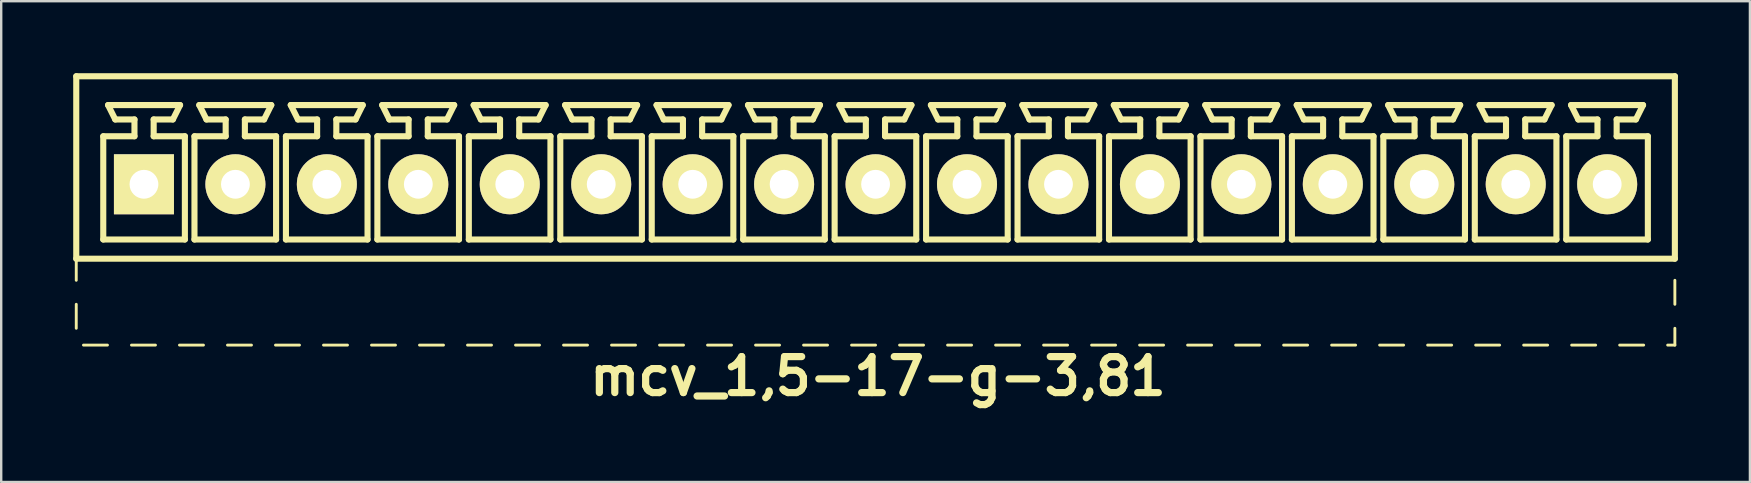
<source format=kicad_pcb>
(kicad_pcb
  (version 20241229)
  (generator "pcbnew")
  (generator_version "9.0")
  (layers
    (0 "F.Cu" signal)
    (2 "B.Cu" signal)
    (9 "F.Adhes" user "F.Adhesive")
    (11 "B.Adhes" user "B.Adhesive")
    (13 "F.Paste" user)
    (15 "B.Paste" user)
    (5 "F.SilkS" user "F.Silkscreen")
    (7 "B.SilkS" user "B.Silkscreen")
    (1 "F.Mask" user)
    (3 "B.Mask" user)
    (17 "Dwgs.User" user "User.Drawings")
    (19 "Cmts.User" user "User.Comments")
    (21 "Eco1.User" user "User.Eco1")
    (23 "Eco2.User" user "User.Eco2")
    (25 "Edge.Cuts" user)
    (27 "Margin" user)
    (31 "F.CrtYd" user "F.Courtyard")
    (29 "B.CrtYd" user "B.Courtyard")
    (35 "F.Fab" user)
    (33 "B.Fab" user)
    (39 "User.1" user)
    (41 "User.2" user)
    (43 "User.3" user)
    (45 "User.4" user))
  (footprint "mcv_1,5-17-g-3,81"
    (layer "F.Cu")
    (at 33.427 4.627)
    (property "Reference" "mcv_1,5-17-g-3,81" (at 0.1 8 0) (layer "F.SilkS") (effects (font (size 1.5 1.5) (thickness 0.3))))
    (attr through_hole)
    (fp_line (start -33.3 -4.5) (end -33.3 3.1) (stroke (width 0.254) (type solid)) (layer "F.SilkS"))
    (fp_line (start -33.3 -4.5) (end 33.3 -4.5) (stroke (width 0.254) (type solid)) (layer "F.SilkS"))
    (fp_line (start -33.3 3.1) (end -33.3 4) (stroke (width 0.12) (type solid)) (layer "F.SilkS"))
    (fp_line (start -33.3 3.1) (end 33.3 3.1) (stroke (width 0.254) (type solid)) (layer "F.SilkS"))
    (fp_line (start -33.3 5) (end -33.3 6) (stroke (width 0.12) (type solid)) (layer "F.SilkS"))
    (fp_line (start -33 6.7) (end -32 6.7) (stroke (width 0.12) (type solid)) (layer "F.SilkS"))
    (fp_line (start -32.175 -2) (end -30.875 -2) (stroke (width 0.254) (type solid)) (layer "F.SilkS"))
    (fp_line (start -32.175 2.3) (end -32.175 -2) (stroke (width 0.254) (type solid)) (layer "F.SilkS"))
    (fp_line (start -31.975 -3.3) (end -28.975 -3.3) (stroke (width 0.254) (type solid)) (layer "F.SilkS"))
    (fp_line (start -31.675 -2.7) (end -31.975 -3.3) (stroke (width 0.254) (type solid)) (layer "F.SilkS"))
    (fp_line (start -31 6.7) (end -30 6.7) (stroke (width 0.12) (type solid)) (layer "F.SilkS"))
    (fp_line (start -30.875 -2.7) (end -31.675 -2.7) (stroke (width 0.254) (type solid)) (layer "F.SilkS"))
    (fp_line (start -30.875 -2) (end -30.875 -2.7) (stroke (width 0.254) (type solid)) (layer "F.SilkS"))
    (fp_line (start -30.075 -2.7) (end -30.075 -2) (stroke (width 0.254) (type solid)) (layer "F.SilkS"))
    (fp_line (start -30.075 -2) (end -28.775 -2) (stroke (width 0.254) (type solid)) (layer "F.SilkS"))
    (fp_line (start -29.275 -2.7) (end -30.075 -2.7) (stroke (width 0.254) (type solid)) (layer "F.SilkS"))
    (fp_line (start -29.275 -2.7) (end -28.975 -3.3) (stroke (width 0.254) (type solid)) (layer "F.SilkS"))
    (fp_line (start -29 6.7) (end -28 6.7) (stroke (width 0.12) (type solid)) (layer "F.SilkS"))
    (fp_line (start -28.775 -2) (end -28.775 2.3) (stroke (width 0.254) (type solid)) (layer "F.SilkS"))
    (fp_line (start -28.775 2.3) (end -32.175 2.3) (stroke (width 0.254) (type solid)) (layer "F.SilkS"))
    (fp_line (start -28.375 -2) (end -27.075 -2) (stroke (width 0.254) (type solid)) (layer "F.SilkS"))
    (fp_line (start -28.375 2.3) (end -28.375 -2) (stroke (width 0.254) (type solid)) (layer "F.SilkS"))
    (fp_line (start -28.175 -3.3) (end -25.175 -3.3) (stroke (width 0.254) (type solid)) (layer "F.SilkS"))
    (fp_line (start -27.875 -2.7) (end -28.175 -3.3) (stroke (width 0.254) (type solid)) (layer "F.SilkS"))
    (fp_line (start -27.075 -2.7) (end -27.875 -2.7) (stroke (width 0.254) (type solid)) (layer "F.SilkS"))
    (fp_line (start -27.075 -2) (end -27.075 -2.7) (stroke (width 0.254) (type solid)) (layer "F.SilkS"))
    (fp_line (start -27 6.7) (end -26 6.7) (stroke (width 0.12) (type solid)) (layer "F.SilkS"))
    (fp_line (start -26.275 -2.7) (end -26.275 -2) (stroke (width 0.254) (type solid)) (layer "F.SilkS"))
    (fp_line (start -26.275 -2) (end -24.975 -2) (stroke (width 0.254) (type solid)) (layer "F.SilkS"))
    (fp_line (start -25.475 -2.7) (end -26.275 -2.7) (stroke (width 0.254) (type solid)) (layer "F.SilkS"))
    (fp_line (start -25.475 -2.7) (end -25.175 -3.3) (stroke (width 0.254) (type solid)) (layer "F.SilkS"))
    (fp_line (start -25 6.7) (end -24 6.7) (stroke (width 0.12) (type solid)) (layer "F.SilkS"))
    (fp_line (start -24.975 -2) (end -24.975 2.3) (stroke (width 0.254) (type solid)) (layer "F.SilkS"))
    (fp_line (start -24.975 2.3) (end -28.375 2.3) (stroke (width 0.254) (type solid)) (layer "F.SilkS"))
    (fp_line (start -24.565 -2) (end -23.265 -2) (stroke (width 0.254) (type solid)) (layer "F.SilkS"))
    (fp_line (start -24.565 2.3) (end -24.565 -2) (stroke (width 0.254) (type solid)) (layer "F.SilkS"))
    (fp_line (start -24.365 -3.3) (end -21.365 -3.3) (stroke (width 0.254) (type solid)) (layer "F.SilkS"))
    (fp_line (start -24.065 -2.7) (end -24.365 -3.3) (stroke (width 0.254) (type solid)) (layer "F.SilkS"))
    (fp_line (start -23.265 -2.7) (end -24.065 -2.7) (stroke (width 0.254) (type solid)) (layer "F.SilkS"))
    (fp_line (start -23.265 -2) (end -23.265 -2.7) (stroke (width 0.254) (type solid)) (layer "F.SilkS"))
    (fp_line (start -23 6.7) (end -22 6.7) (stroke (width 0.12) (type solid)) (layer "F.SilkS"))
    (fp_line (start -22.465 -2.7) (end -22.465 -2) (stroke (width 0.254) (type solid)) (layer "F.SilkS"))
    (fp_line (start -22.465 -2) (end -21.165 -2) (stroke (width 0.254) (type solid)) (layer "F.SilkS"))
    (fp_line (start -21.665 -2.7) (end -22.465 -2.7) (stroke (width 0.254) (type solid)) (layer "F.SilkS"))
    (fp_line (start -21.665 -2.7) (end -21.365 -3.3) (stroke (width 0.254) (type solid)) (layer "F.SilkS"))
    (fp_line (start -21.165 -2) (end -21.165 2.3) (stroke (width 0.254) (type solid)) (layer "F.SilkS"))
    (fp_line (start -21.165 2.3) (end -24.565 2.3) (stroke (width 0.254) (type solid)) (layer "F.SilkS"))
    (fp_line (start -21 6.7) (end -20 6.7) (stroke (width 0.12) (type solid)) (layer "F.SilkS"))
    (fp_line (start -20.755 -2) (end -19.455 -2) (stroke (width 0.254) (type solid)) (layer "F.SilkS"))
    (fp_line (start -20.755 2.3) (end -20.755 -2) (stroke (width 0.254) (type solid)) (layer "F.SilkS"))
    (fp_line (start -20.555 -3.3) (end -17.555 -3.3) (stroke (width 0.254) (type solid)) (layer "F.SilkS"))
    (fp_line (start -20.255 -2.7) (end -20.555 -3.3) (stroke (width 0.254) (type solid)) (layer "F.SilkS"))
    (fp_line (start -19.455 -2.7) (end -20.255 -2.7) (stroke (width 0.254) (type solid)) (layer "F.SilkS"))
    (fp_line (start -19.455 -2) (end -19.455 -2.7) (stroke (width 0.254) (type solid)) (layer "F.SilkS"))
    (fp_line (start -19 6.7) (end -18 6.7) (stroke (width 0.12) (type solid)) (layer "F.SilkS"))
    (fp_line (start -18.655 -2.7) (end -18.655 -2) (stroke (width 0.254) (type solid)) (layer "F.SilkS"))
    (fp_line (start -18.655 -2) (end -17.355 -2) (stroke (width 0.254) (type solid)) (layer "F.SilkS"))
    (fp_line (start -17.855 -2.7) (end -18.655 -2.7) (stroke (width 0.254) (type solid)) (layer "F.SilkS"))
    (fp_line (start -17.855 -2.7) (end -17.555 -3.3) (stroke (width 0.254) (type solid)) (layer "F.SilkS"))
    (fp_line (start -17.355 -2) (end -17.355 2.3) (stroke (width 0.254) (type solid)) (layer "F.SilkS"))
    (fp_line (start -17.355 2.3) (end -20.755 2.3) (stroke (width 0.254) (type solid)) (layer "F.SilkS"))
    (fp_line (start -17 6.7) (end -16 6.7) (stroke (width 0.12) (type solid)) (layer "F.SilkS"))
    (fp_line (start -16.945 -2) (end -15.645 -2) (stroke (width 0.254) (type solid)) (layer "F.SilkS"))
    (fp_line (start -16.945 2.3) (end -16.945 -2) (stroke (width 0.254) (type solid)) (layer "F.SilkS"))
    (fp_line (start -16.745 -3.3) (end -13.745 -3.3) (stroke (width 0.254) (type solid)) (layer "F.SilkS"))
    (fp_line (start -16.445 -2.7) (end -16.745 -3.3) (stroke (width 0.254) (type solid)) (layer "F.SilkS"))
    (fp_line (start -15.645 -2.7) (end -16.445 -2.7) (stroke (width 0.254) (type solid)) (layer "F.SilkS"))
    (fp_line (start -15.645 -2) (end -15.645 -2.7) (stroke (width 0.254) (type solid)) (layer "F.SilkS"))
    (fp_line (start -15 6.7) (end -14 6.7) (stroke (width 0.12) (type solid)) (layer "F.SilkS"))
    (fp_line (start -14.845 -2.7) (end -14.845 -2) (stroke (width 0.254) (type solid)) (layer "F.SilkS"))
    (fp_line (start -14.845 -2) (end -13.545 -2) (stroke (width 0.254) (type solid)) (layer "F.SilkS"))
    (fp_line (start -14.045 -2.7) (end -14.845 -2.7) (stroke (width 0.254) (type solid)) (layer "F.SilkS"))
    (fp_line (start -14.045 -2.7) (end -13.745 -3.3) (stroke (width 0.254) (type solid)) (layer "F.SilkS"))
    (fp_line (start -13.545 -2) (end -13.545 2.3) (stroke (width 0.254) (type solid)) (layer "F.SilkS"))
    (fp_line (start -13.545 2.3) (end -16.945 2.3) (stroke (width 0.254) (type solid)) (layer "F.SilkS"))
    (fp_line (start -13.135 -2) (end -11.835 -2) (stroke (width 0.254) (type solid)) (layer "F.SilkS"))
    (fp_line (start -13.135 2.3) (end -13.135 -2) (stroke (width 0.254) (type solid)) (layer "F.SilkS"))
    (fp_line (start -13 6.7) (end -12 6.7) (stroke (width 0.12) (type solid)) (layer "F.SilkS"))
    (fp_line (start -12.935 -3.3) (end -9.935 -3.3) (stroke (width 0.254) (type solid)) (layer "F.SilkS"))
    (fp_line (start -12.635 -2.7) (end -12.935 -3.3) (stroke (width 0.254) (type solid)) (layer "F.SilkS"))
    (fp_line (start -11.835 -2.7) (end -12.635 -2.7) (stroke (width 0.254) (type solid)) (layer "F.SilkS"))
    (fp_line (start -11.835 -2) (end -11.835 -2.7) (stroke (width 0.254) (type solid)) (layer "F.SilkS"))
    (fp_line (start -11.035 -2.7) (end -11.035 -2) (stroke (width 0.254) (type solid)) (layer "F.SilkS"))
    (fp_line (start -11.035 -2) (end -9.735 -2) (stroke (width 0.254) (type solid)) (layer "F.SilkS"))
    (fp_line (start -11 6.7) (end -10 6.7) (stroke (width 0.12) (type solid)) (layer "F.SilkS"))
    (fp_line (start -10.235 -2.7) (end -11.035 -2.7) (stroke (width 0.254) (type solid)) (layer "F.SilkS"))
    (fp_line (start -10.235 -2.7) (end -9.935 -3.3) (stroke (width 0.254) (type solid)) (layer "F.SilkS"))
    (fp_line (start -9.735 -2) (end -9.735 2.3) (stroke (width 0.254) (type solid)) (layer "F.SilkS"))
    (fp_line (start -9.735 2.3) (end -13.135 2.3) (stroke (width 0.254) (type solid)) (layer "F.SilkS"))
    (fp_line (start -9.325 -2) (end -8.025 -2) (stroke (width 0.254) (type solid)) (layer "F.SilkS"))
    (fp_line (start -9.325 2.3) (end -9.325 -2) (stroke (width 0.254) (type solid)) (layer "F.SilkS"))
    (fp_line (start -9.125 -3.3) (end -6.125 -3.3) (stroke (width 0.254) (type solid)) (layer "F.SilkS"))
    (fp_line (start -9 6.7) (end -8 6.7) (stroke (width 0.12) (type solid)) (layer "F.SilkS"))
    (fp_line (start -8.825 -2.7) (end -9.125 -3.3) (stroke (width 0.254) (type solid)) (layer "F.SilkS"))
    (fp_line (start -8.025 -2.7) (end -8.825 -2.7) (stroke (width 0.254) (type solid)) (layer "F.SilkS"))
    (fp_line (start -8.025 -2) (end -8.025 -2.7) (stroke (width 0.254) (type solid)) (layer "F.SilkS"))
    (fp_line (start -7.225 -2.7) (end -7.225 -2) (stroke (width 0.254) (type solid)) (layer "F.SilkS"))
    (fp_line (start -7.225 -2) (end -5.925 -2) (stroke (width 0.254) (type solid)) (layer "F.SilkS"))
    (fp_line (start -7 6.7) (end -6 6.7) (stroke (width 0.12) (type solid)) (layer "F.SilkS"))
    (fp_line (start -6.425 -2.7) (end -7.225 -2.7) (stroke (width 0.254) (type solid)) (layer "F.SilkS"))
    (fp_line (start -6.425 -2.7) (end -6.125 -3.3) (stroke (width 0.254) (type solid)) (layer "F.SilkS"))
    (fp_line (start -5.925 -2) (end -5.925 2.3) (stroke (width 0.254) (type solid)) (layer "F.SilkS"))
    (fp_line (start -5.925 2.3) (end -9.325 2.3) (stroke (width 0.254) (type solid)) (layer "F.SilkS"))
    (fp_line (start -5.515 -2) (end -4.215 -2) (stroke (width 0.254) (type solid)) (layer "F.SilkS"))
    (fp_line (start -5.515 2.3) (end -5.515 -2) (stroke (width 0.254) (type solid)) (layer "F.SilkS"))
    (fp_line (start -5.315 -3.3) (end -2.315 -3.3) (stroke (width 0.254) (type solid)) (layer "F.SilkS"))
    (fp_line (start -5.015 -2.7) (end -5.315 -3.3) (stroke (width 0.254) (type solid)) (layer "F.SilkS"))
    (fp_line (start -5 6.7) (end -4 6.7) (stroke (width 0.12) (type solid)) (layer "F.SilkS"))
    (fp_line (start -4.215 -2.7) (end -5.015 -2.7) (stroke (width 0.254) (type solid)) (layer "F.SilkS"))
    (fp_line (start -4.215 -2) (end -4.215 -2.7) (stroke (width 0.254) (type solid)) (layer "F.SilkS"))
    (fp_line (start -3.415 -2.7) (end -3.415 -2) (stroke (width 0.254) (type solid)) (layer "F.SilkS"))
    (fp_line (start -3.415 -2) (end -2.115 -2) (stroke (width 0.254) (type solid)) (layer "F.SilkS"))
    (fp_line (start -3 6.7) (end -2 6.7) (stroke (width 0.12) (type solid)) (layer "F.SilkS"))
    (fp_line (start -2.615 -2.7) (end -3.415 -2.7) (stroke (width 0.254) (type solid)) (layer "F.SilkS"))
    (fp_line (start -2.615 -2.7) (end -2.315 -3.3) (stroke (width 0.254) (type solid)) (layer "F.SilkS"))
    (fp_line (start -2.115 -2) (end -2.115 2.3) (stroke (width 0.254) (type solid)) (layer "F.SilkS"))
    (fp_line (start -2.115 2.3) (end -5.515 2.3) (stroke (width 0.254) (type solid)) (layer "F.SilkS"))
    (fp_line (start -1.705 -2) (end -0.405 -2) (stroke (width 0.254) (type solid)) (layer "F.SilkS"))
    (fp_line (start -1.705 2.3) (end -1.705 -2) (stroke (width 0.254) (type solid)) (layer "F.SilkS"))
    (fp_line (start -1.505 -3.3) (end 1.495 -3.3) (stroke (width 0.254) (type solid)) (layer "F.SilkS"))
    (fp_line (start -1.205 -2.7) (end -1.505 -3.3) (stroke (width 0.254) (type solid)) (layer "F.SilkS"))
    (fp_line (start -1 6.7) (end 0 6.7) (stroke (width 0.12) (type solid)) (layer "F.SilkS"))
    (fp_line (start -0.405 -2.7) (end -1.205 -2.7) (stroke (width 0.254) (type solid)) (layer "F.SilkS"))
    (fp_line (start -0.405 -2) (end -0.405 -2.7) (stroke (width 0.254) (type solid)) (layer "F.SilkS"))
    (fp_line (start 0.395 -2.7) (end 0.395 -2) (stroke (width 0.254) (type solid)) (layer "F.SilkS"))
    (fp_line (start 0.395 -2) (end 1.695 -2) (stroke (width 0.254) (type solid)) (layer "F.SilkS"))
    (fp_line (start 1 6.7) (end 2 6.7) (stroke (width 0.12) (type solid)) (layer "F.SilkS"))
    (fp_line (start 1.195 -2.7) (end 0.395 -2.7) (stroke (width 0.254) (type solid)) (layer "F.SilkS"))
    (fp_line (start 1.195 -2.7) (end 1.495 -3.3) (stroke (width 0.254) (type solid)) (layer "F.SilkS"))
    (fp_line (start 1.695 -2) (end 1.695 2.3) (stroke (width 0.254) (type solid)) (layer "F.SilkS"))
    (fp_line (start 1.695 2.3) (end -1.705 2.3) (stroke (width 0.254) (type solid)) (layer "F.SilkS"))
    (fp_line (start 2.105 -2) (end 3.405 -2) (stroke (width 0.254) (type solid)) (layer "F.SilkS"))
    (fp_line (start 2.105 2.3) (end 2.105 -2) (stroke (width 0.254) (type solid)) (layer "F.SilkS"))
    (fp_line (start 2.305 -3.3) (end 5.305 -3.3) (stroke (width 0.254) (type solid)) (layer "F.SilkS"))
    (fp_line (start 2.605 -2.7) (end 2.305 -3.3) (stroke (width 0.254) (type solid)) (layer "F.SilkS"))
    (fp_line (start 3 6.7) (end 4 6.7) (stroke (width 0.12) (type solid)) (layer "F.SilkS"))
    (fp_line (start 3.405 -2.7) (end 2.605 -2.7) (stroke (width 0.254) (type solid)) (layer "F.SilkS"))
    (fp_line (start 3.405 -2) (end 3.405 -2.7) (stroke (width 0.254) (type solid)) (layer "F.SilkS"))
    (fp_line (start 4.205 -2.7) (end 4.205 -2) (stroke (width 0.254) (type solid)) (layer "F.SilkS"))
    (fp_line (start 4.205 -2) (end 5.505 -2) (stroke (width 0.254) (type solid)) (layer "F.SilkS"))
    (fp_line (start 5 6.7) (end 6 6.7) (stroke (width 0.12) (type solid)) (layer "F.SilkS"))
    (fp_line (start 5.005 -2.7) (end 4.205 -2.7) (stroke (width 0.254) (type solid)) (layer "F.SilkS"))
    (fp_line (start 5.005 -2.7) (end 5.305 -3.3) (stroke (width 0.254) (type solid)) (layer "F.SilkS"))
    (fp_line (start 5.505 -2) (end 5.505 2.3) (stroke (width 0.254) (type solid)) (layer "F.SilkS"))
    (fp_line (start 5.505 2.3) (end 2.105 2.3) (stroke (width 0.254) (type solid)) (layer "F.SilkS"))
    (fp_line (start 5.915 -2) (end 7.215 -2) (stroke (width 0.254) (type solid)) (layer "F.SilkS"))
    (fp_line (start 5.915 2.3) (end 5.915 -2) (stroke (width 0.254) (type solid)) (layer "F.SilkS"))
    (fp_line (start 6.115 -3.3) (end 9.115 -3.3) (stroke (width 0.254) (type solid)) (layer "F.SilkS"))
    (fp_line (start 6.415 -2.7) (end 6.115 -3.3) (stroke (width 0.254) (type solid)) (layer "F.SilkS"))
    (fp_line (start 7 6.7) (end 8 6.7) (stroke (width 0.12) (type solid)) (layer "F.SilkS"))
    (fp_line (start 7.215 -2.7) (end 6.415 -2.7) (stroke (width 0.254) (type solid)) (layer "F.SilkS"))
    (fp_line (start 7.215 -2) (end 7.215 -2.7) (stroke (width 0.254) (type solid)) (layer "F.SilkS"))
    (fp_line (start 8.015 -2.7) (end 8.015 -2) (stroke (width 0.254) (type solid)) (layer "F.SilkS"))
    (fp_line (start 8.015 -2) (end 9.315 -2) (stroke (width 0.254) (type solid)) (layer "F.SilkS"))
    (fp_line (start 8.815 -2.7) (end 8.015 -2.7) (stroke (width 0.254) (type solid)) (layer "F.SilkS"))
    (fp_line (start 8.815 -2.7) (end 9.115 -3.3) (stroke (width 0.254) (type solid)) (layer "F.SilkS"))
    (fp_line (start 9 6.7) (end 10 6.7) (stroke (width 0.12) (type solid)) (layer "F.SilkS"))
    (fp_line (start 9.315 -2) (end 9.315 2.3) (stroke (width 0.254) (type solid)) (layer "F.SilkS"))
    (fp_line (start 9.315 2.3) (end 5.915 2.3) (stroke (width 0.254) (type solid)) (layer "F.SilkS"))
    (fp_line (start 9.725 -2) (end 11.025 -2) (stroke (width 0.254) (type solid)) (layer "F.SilkS"))
    (fp_line (start 9.725 2.3) (end 9.725 -2) (stroke (width 0.254) (type solid)) (layer "F.SilkS"))
    (fp_line (start 9.925 -3.3) (end 12.925 -3.3) (stroke (width 0.254) (type solid)) (layer "F.SilkS"))
    (fp_line (start 10.225 -2.7) (end 9.925 -3.3) (stroke (width 0.254) (type solid)) (layer "F.SilkS"))
    (fp_line (start 11 6.7) (end 12 6.7) (stroke (width 0.12) (type solid)) (layer "F.SilkS"))
    (fp_line (start 11.025 -2.7) (end 10.225 -2.7) (stroke (width 0.254) (type solid)) (layer "F.SilkS"))
    (fp_line (start 11.025 -2) (end 11.025 -2.7) (stroke (width 0.254) (type solid)) (layer "F.SilkS"))
    (fp_line (start 11.825 -2.7) (end 11.825 -2) (stroke (width 0.254) (type solid)) (layer "F.SilkS"))
    (fp_line (start 11.825 -2) (end 13.125 -2) (stroke (width 0.254) (type solid)) (layer "F.SilkS"))
    (fp_line (start 12.625 -2.7) (end 11.825 -2.7) (stroke (width 0.254) (type solid)) (layer "F.SilkS"))
    (fp_line (start 12.625 -2.7) (end 12.925 -3.3) (stroke (width 0.254) (type solid)) (layer "F.SilkS"))
    (fp_line (start 13 6.7) (end 14 6.7) (stroke (width 0.12) (type solid)) (layer "F.SilkS"))
    (fp_line (start 13.125 -2) (end 13.125 2.3) (stroke (width 0.254) (type solid)) (layer "F.SilkS"))
    (fp_line (start 13.125 2.3) (end 9.725 2.3) (stroke (width 0.254) (type solid)) (layer "F.SilkS"))
    (fp_line (start 13.535 -2) (end 14.835 -2) (stroke (width 0.254) (type solid)) (layer "F.SilkS"))
    (fp_line (start 13.535 2.3) (end 13.535 -2) (stroke (width 0.254) (type solid)) (layer "F.SilkS"))
    (fp_line (start 13.735 -3.3) (end 16.735 -3.3) (stroke (width 0.254) (type solid)) (layer "F.SilkS"))
    (fp_line (start 14.035 -2.7) (end 13.735 -3.3) (stroke (width 0.254) (type solid)) (layer "F.SilkS"))
    (fp_line (start 14.835 -2.7) (end 14.035 -2.7) (stroke (width 0.254) (type solid)) (layer "F.SilkS"))
    (fp_line (start 14.835 -2) (end 14.835 -2.7) (stroke (width 0.254) (type solid)) (layer "F.SilkS"))
    (fp_line (start 15 6.7) (end 16 6.7) (stroke (width 0.12) (type solid)) (layer "F.SilkS"))
    (fp_line (start 15.635 -2.7) (end 15.635 -2) (stroke (width 0.254) (type solid)) (layer "F.SilkS"))
    (fp_line (start 15.635 -2) (end 16.935 -2) (stroke (width 0.254) (type solid)) (layer "F.SilkS"))
    (fp_line (start 16.435 -2.7) (end 15.635 -2.7) (stroke (width 0.254) (type solid)) (layer "F.SilkS"))
    (fp_line (start 16.435 -2.7) (end 16.735 -3.3) (stroke (width 0.254) (type solid)) (layer "F.SilkS"))
    (fp_line (start 16.935 -2) (end 16.935 2.3) (stroke (width 0.254) (type solid)) (layer "F.SilkS"))
    (fp_line (start 16.935 2.3) (end 13.535 2.3) (stroke (width 0.254) (type solid)) (layer "F.SilkS"))
    (fp_line (start 17 6.7) (end 18 6.7) (stroke (width 0.12) (type solid)) (layer "F.SilkS"))
    (fp_line (start 17.345 -2) (end 18.645 -2) (stroke (width 0.254) (type solid)) (layer "F.SilkS"))
    (fp_line (start 17.345 2.3) (end 17.345 -2) (stroke (width 0.254) (type solid)) (layer "F.SilkS"))
    (fp_line (start 17.545 -3.3) (end 20.545 -3.3) (stroke (width 0.254) (type solid)) (layer "F.SilkS"))
    (fp_line (start 17.845 -2.7) (end 17.545 -3.3) (stroke (width 0.254) (type solid)) (layer "F.SilkS"))
    (fp_line (start 18.645 -2.7) (end 17.845 -2.7) (stroke (width 0.254) (type solid)) (layer "F.SilkS"))
    (fp_line (start 18.645 -2) (end 18.645 -2.7) (stroke (width 0.254) (type solid)) (layer "F.SilkS"))
    (fp_line (start 19 6.7) (end 20 6.7) (stroke (width 0.12) (type solid)) (layer "F.SilkS"))
    (fp_line (start 19.445 -2.7) (end 19.445 -2) (stroke (width 0.254) (type solid)) (layer "F.SilkS"))
    (fp_line (start 19.445 -2) (end 20.745 -2) (stroke (width 0.254) (type solid)) (layer "F.SilkS"))
    (fp_line (start 20.245 -2.7) (end 19.445 -2.7) (stroke (width 0.254) (type solid)) (layer "F.SilkS"))
    (fp_line (start 20.245 -2.7) (end 20.545 -3.3) (stroke (width 0.254) (type solid)) (layer "F.SilkS"))
    (fp_line (start 20.745 -2) (end 20.745 2.3) (stroke (width 0.254) (type solid)) (layer "F.SilkS"))
    (fp_line (start 20.745 2.3) (end 17.345 2.3) (stroke (width 0.254) (type solid)) (layer "F.SilkS"))
    (fp_line (start 21 6.7) (end 22 6.7) (stroke (width 0.12) (type solid)) (layer "F.SilkS"))
    (fp_line (start 21.155 -2) (end 22.455 -2) (stroke (width 0.254) (type solid)) (layer "F.SilkS"))
    (fp_line (start 21.155 2.3) (end 21.155 -2) (stroke (width 0.254) (type solid)) (layer "F.SilkS"))
    (fp_line (start 21.355 -3.3) (end 24.355 -3.3) (stroke (width 0.254) (type solid)) (layer "F.SilkS"))
    (fp_line (start 21.655 -2.7) (end 21.355 -3.3) (stroke (width 0.254) (type solid)) (layer "F.SilkS"))
    (fp_line (start 22.455 -2.7) (end 21.655 -2.7) (stroke (width 0.254) (type solid)) (layer "F.SilkS"))
    (fp_line (start 22.455 -2) (end 22.455 -2.7) (stroke (width 0.254) (type solid)) (layer "F.SilkS"))
    (fp_line (start 23 6.7) (end 24 6.7) (stroke (width 0.12) (type solid)) (layer "F.SilkS"))
    (fp_line (start 23.255 -2.7) (end 23.255 -2) (stroke (width 0.254) (type solid)) (layer "F.SilkS"))
    (fp_line (start 23.255 -2) (end 24.555 -2) (stroke (width 0.254) (type solid)) (layer "F.SilkS"))
    (fp_line (start 24.055 -2.7) (end 23.255 -2.7) (stroke (width 0.254) (type solid)) (layer "F.SilkS"))
    (fp_line (start 24.055 -2.7) (end 24.355 -3.3) (stroke (width 0.254) (type solid)) (layer "F.SilkS"))
    (fp_line (start 24.555 -2) (end 24.555 2.3) (stroke (width 0.254) (type solid)) (layer "F.SilkS"))
    (fp_line (start 24.555 2.3) (end 21.155 2.3) (stroke (width 0.254) (type solid)) (layer "F.SilkS"))
    (fp_line (start 24.965 -2) (end 26.265 -2) (stroke (width 0.254) (type solid)) (layer "F.SilkS"))
    (fp_line (start 24.965 2.3) (end 24.965 -2) (stroke (width 0.254) (type solid)) (layer "F.SilkS"))
    (fp_line (start 25 6.7) (end 26 6.7) (stroke (width 0.12) (type solid)) (layer "F.SilkS"))
    (fp_line (start 25.165 -3.3) (end 28.165 -3.3) (stroke (width 0.254) (type solid)) (layer "F.SilkS"))
    (fp_line (start 25.465 -2.7) (end 25.165 -3.3) (stroke (width 0.254) (type solid)) (layer "F.SilkS"))
    (fp_line (start 26.265 -2.7) (end 25.465 -2.7) (stroke (width 0.254) (type solid)) (layer "F.SilkS"))
    (fp_line (start 26.265 -2) (end 26.265 -2.7) (stroke (width 0.254) (type solid)) (layer "F.SilkS"))
    (fp_line (start 27 6.7) (end 28 6.7) (stroke (width 0.12) (type solid)) (layer "F.SilkS"))
    (fp_line (start 27.065 -2.7) (end 27.065 -2) (stroke (width 0.254) (type solid)) (layer "F.SilkS"))
    (fp_line (start 27.065 -2) (end 28.365 -2) (stroke (width 0.254) (type solid)) (layer "F.SilkS"))
    (fp_line (start 27.865 -2.7) (end 27.065 -2.7) (stroke (width 0.254) (type solid)) (layer "F.SilkS"))
    (fp_line (start 27.865 -2.7) (end 28.165 -3.3) (stroke (width 0.254) (type solid)) (layer "F.SilkS"))
    (fp_line (start 28.365 -2) (end 28.365 2.3) (stroke (width 0.254) (type solid)) (layer "F.SilkS"))
    (fp_line (start 28.365 2.3) (end 24.965 2.3) (stroke (width 0.254) (type solid)) (layer "F.SilkS"))
    (fp_line (start 28.775 -2) (end 30.075 -2) (stroke (width 0.254) (type solid)) (layer "F.SilkS"))
    (fp_line (start 28.775 2.3) (end 28.775 -2) (stroke (width 0.254) (type solid)) (layer "F.SilkS"))
    (fp_line (start 28.975 -3.3) (end 31.975 -3.3) (stroke (width 0.254) (type solid)) (layer "F.SilkS"))
    (fp_line (start 29 6.7) (end 30 6.7) (stroke (width 0.12) (type solid)) (layer "F.SilkS"))
    (fp_line (start 29.275 -2.7) (end 28.975 -3.3) (stroke (width 0.254) (type solid)) (layer "F.SilkS"))
    (fp_line (start 30.075 -2.7) (end 29.275 -2.7) (stroke (width 0.254) (type solid)) (layer "F.SilkS"))
    (fp_line (start 30.075 -2) (end 30.075 -2.7) (stroke (width 0.254) (type solid)) (layer "F.SilkS"))
    (fp_line (start 30.875 -2.7) (end 30.875 -2) (stroke (width 0.254) (type solid)) (layer "F.SilkS"))
    (fp_line (start 30.875 -2) (end 32.175 -2) (stroke (width 0.254) (type solid)) (layer "F.SilkS"))
    (fp_line (start 31 6.7) (end 32 6.7) (stroke (width 0.12) (type solid)) (layer "F.SilkS"))
    (fp_line (start 31.675 -2.7) (end 30.875 -2.7) (stroke (width 0.254) (type solid)) (layer "F.SilkS"))
    (fp_line (start 31.675 -2.7) (end 31.975 -3.3) (stroke (width 0.254) (type solid)) (layer "F.SilkS"))
    (fp_line (start 32.175 -2) (end 32.175 2.3) (stroke (width 0.254) (type solid)) (layer "F.SilkS"))
    (fp_line (start 32.175 2.3) (end 28.775 2.3) (stroke (width 0.254) (type solid)) (layer "F.SilkS"))
    (fp_line (start 33 6.7) (end 33.3 6.7) (stroke (width 0.12) (type solid)) (layer "F.SilkS"))
    (fp_line (start 33.3 -4.5) (end 33.3 3.1) (stroke (width 0.254) (type solid)) (layer "F.SilkS"))
    (fp_line (start 33.3 5) (end 33.3 4) (stroke (width 0.12) (type solid)) (layer "F.SilkS"))
    (fp_line (start 33.3 6) (end 33.3 6.7) (stroke (width 0.12) (type solid)) (layer "F.SilkS"))
    (pad "1" thru_hole rect (at -30.48 0) (size 2.5 2.5) (drill 1.2) (layers "*.Cu" "*.Mask" "F.SilkS"))
    (pad "2" thru_hole circle (at -26.67 0) (size 2.5 2.5) (drill 1.2) (layers "*.Cu" "*.Mask" "F.SilkS"))
    (pad "3" thru_hole circle (at -22.86 0) (size 2.5 2.5) (drill 1.2) (layers "*.Cu" "*.Mask" "F.SilkS"))
    (pad "4" thru_hole circle (at -19.05 0) (size 2.5 2.5) (drill 1.2) (layers "*.Cu" "*.Mask" "F.SilkS"))
    (pad "5" thru_hole circle (at -15.24 0) (size 2.5 2.5) (drill 1.2) (layers "*.Cu" "*.Mask" "F.SilkS"))
    (pad "6" thru_hole circle (at -11.43 0) (size 2.5 2.5) (drill 1.2) (layers "*.Cu" "*.Mask" "F.SilkS"))
    (pad "7" thru_hole circle (at -7.62 0) (size 2.5 2.5) (drill 1.2) (layers "*.Cu" "*.Mask" "F.SilkS"))
    (pad "8" thru_hole circle (at -3.81 0) (size 2.5 2.5) (drill 1.2) (layers "*.Cu" "*.Mask" "F.SilkS"))
    (pad "9" thru_hole circle (at 0 0) (size 2.5 2.5) (drill 1.2) (layers "*.Cu" "*.Mask" "F.SilkS"))
    (pad "10" thru_hole circle (at 3.81 0) (size 2.5 2.5) (drill 1.2) (layers "*.Cu" "*.Mask" "F.SilkS"))
    (pad "11" thru_hole circle (at 7.62 0) (size 2.5 2.5) (drill 1.2) (layers "*.Cu" "*.Mask" "F.SilkS"))
    (pad "12" thru_hole circle (at 11.43 0) (size 2.5 2.5) (drill 1.2) (layers "*.Cu" "*.Mask" "F.SilkS"))
    (pad "13" thru_hole circle (at 15.24 0) (size 2.5 2.5) (drill 1.2) (layers "*.Cu" "*.Mask" "F.SilkS"))
    (pad "14" thru_hole circle (at 19.05 0) (size 2.5 2.5) (drill 1.2) (layers "*.Cu" "*.Mask" "F.SilkS"))
    (pad "15" thru_hole circle (at 22.86 0) (size 2.5 2.5) (drill 1.2) (layers "*.Cu" "*.Mask" "F.SilkS"))
    (pad "16" thru_hole circle (at 26.67 0) (size 2.5 2.5) (drill 1.2) (layers "*.Cu" "*.Mask" "F.SilkS"))
    (pad "17" thru_hole circle (at 30.48 0) (size 2.5 2.5) (drill 1.2) (layers "*.Cu" "*.Mask" "F.SilkS")))
  (gr_rect
    (start -3 -3)
    (end 69.854 17.031)
    (stroke (width 0.1) (type default))
    (fill no)
    (layer "Edge.Cuts")))
</source>
